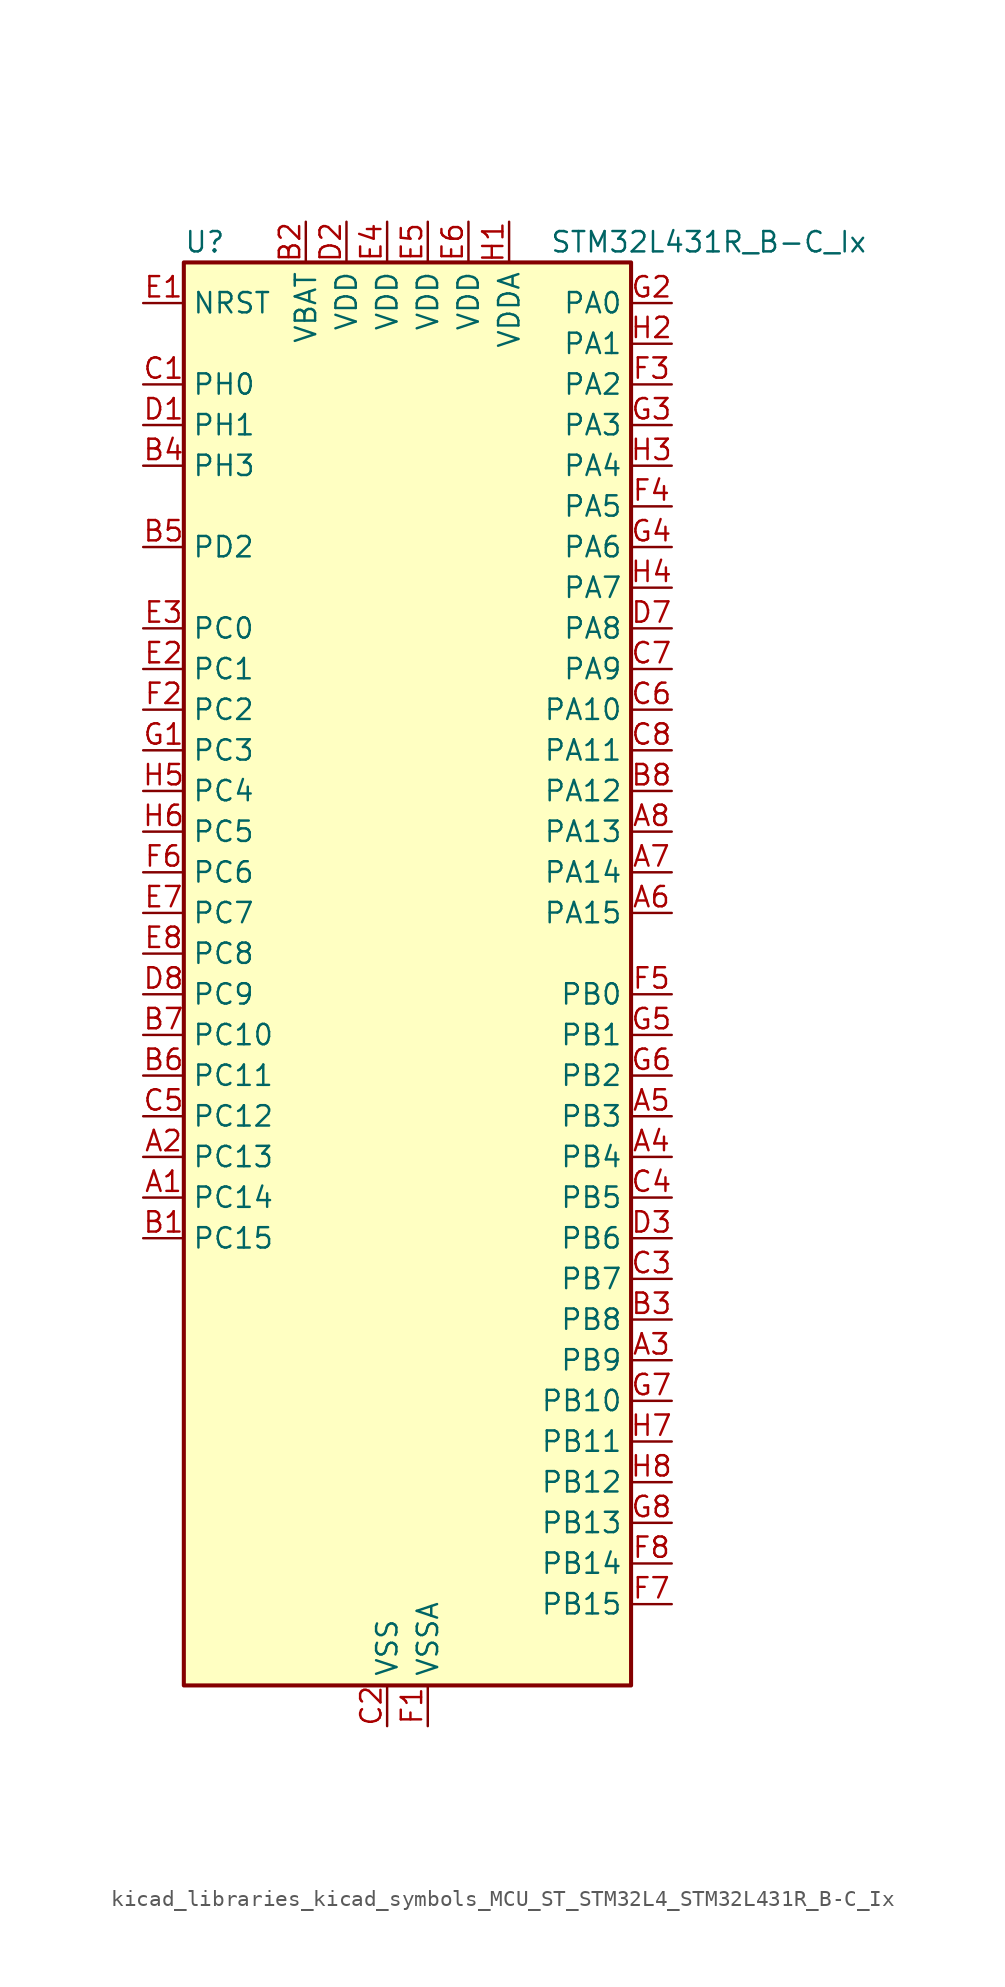
<source format=kicad_sym>
(kicad_symbol_lib
  (version 20220914)
  (generator kicad_symbol_editor)
  (symbol "kicad_libraries_kicad_symbols_MCU_ST_STM32L4_STM32L431R_B-C_Ix"
    (property "Reference" "U"
      (at -12.7 46.99 0)
      (effects (font (size 1.27 1.27)) (justify left)))
    (property "Value" "STM32L431R_B-C_Ix"
      (at 10.16 46.99 0)
      (effects (font (size 1.27 1.27)) (justify left)))
    (property "ki_locked" ""
      (at 0 0 0)
      (effects (font (size 1.27 1.27))))
    (symbol "kicad_libraries_kicad_symbols_MCU_ST_STM32L4_STM32L431R_B-C_Ix_0_1"
      (rectangle (start -12.7 -43.18) (end 15.24 45.72) (stroke (width 0.254) (type default)) (fill (type background))))
    (symbol "kicad_libraries_kicad_symbols_MCU_ST_STM32L4_STM32L431R_B-C_Ix_1_1"
      (pin bidirectional line (at -15.24 -12.7 0) (length 2.54) (name "PC14" (effects (font (size 1.27 1.27)))) (number "A1" (effects (font (size 1.27 1.27)))) (alternate "RCC_OSC32_IN" bidirectional line))
      (pin bidirectional line (at -15.24 -10.16 0) (length 2.54) (name "PC13" (effects (font (size 1.27 1.27)))) (number "A2" (effects (font (size 1.27 1.27)))) (alternate "RTC_OUT_ALARM" bidirectional line) (alternate "RTC_OUT_CALIB" bidirectional line) (alternate "RTC_TAMP1" bidirectional line) (alternate "RTC_TS" bidirectional line) (alternate "SYS_WKUP2" bidirectional line))
      (pin bidirectional line (at 17.78 -22.86 180) (length 2.54) (name "PB9" (effects (font (size 1.27 1.27)))) (number "A3" (effects (font (size 1.27 1.27)))) (alternate "CAN1_TX" bidirectional line) (alternate "DAC1_EXTI9" bidirectional line) (alternate "I2C1_SDA" bidirectional line) (alternate "IR_OUT" bidirectional line) (alternate "SAI1_FS_A" bidirectional line) (alternate "SDMMC1_D5" bidirectional line) (alternate "SPI2_NSS" bidirectional line))
      (pin bidirectional line (at 17.78 -10.16 180) (length 2.54) (name "PB4" (effects (font (size 1.27 1.27)))) (number "A4" (effects (font (size 1.27 1.27)))) (alternate "COMP2_INP" bidirectional line) (alternate "I2C3_SDA" bidirectional line) (alternate "SAI1_MCLK_B" bidirectional line) (alternate "SPI1_MISO" bidirectional line) (alternate "SPI3_MISO" bidirectional line) (alternate "SYS_JTRST" bidirectional line) (alternate "TSC_G2_IO1" bidirectional line) (alternate "USART1_CTS" bidirectional line))
      (pin bidirectional line (at 17.78 -7.62 180) (length 2.54) (name "PB3" (effects (font (size 1.27 1.27)))) (number "A5" (effects (font (size 1.27 1.27)))) (alternate "COMP2_INM" bidirectional line) (alternate "SAI1_SCK_B" bidirectional line) (alternate "SPI1_SCK" bidirectional line) (alternate "SPI3_SCK" bidirectional line) (alternate "SYS_JTDO-SWO" bidirectional line) (alternate "TIM2_CH2" bidirectional line) (alternate "USART1_DE" bidirectional line) (alternate "USART1_RTS" bidirectional line))
      (pin bidirectional line (at 17.78 5.08 180) (length 2.54) (name "PA15" (effects (font (size 1.27 1.27)))) (number "A6" (effects (font (size 1.27 1.27)))) (alternate "ADC1_EXTI15" bidirectional line) (alternate "SPI1_NSS" bidirectional line) (alternate "SPI3_NSS" bidirectional line) (alternate "SWPMI1_SUSPEND" bidirectional line) (alternate "SYS_JTDI" bidirectional line) (alternate "TIM2_CH1" bidirectional line) (alternate "TIM2_ETR" bidirectional line) (alternate "TSC_G3_IO1" bidirectional line) (alternate "USART2_RX" bidirectional line) (alternate "USART3_DE" bidirectional line) (alternate "USART3_RTS" bidirectional line))
      (pin bidirectional line (at 17.78 7.62 180) (length 2.54) (name "PA14" (effects (font (size 1.27 1.27)))) (number "A7" (effects (font (size 1.27 1.27)))) (alternate "I2C1_SMBA" bidirectional line) (alternate "LPTIM1_OUT" bidirectional line) (alternate "SAI1_FS_B" bidirectional line) (alternate "SWPMI1_RX" bidirectional line) (alternate "SYS_JTCK-SWCLK" bidirectional line))
      (pin bidirectional line (at 17.78 10.16 180) (length 2.54) (name "PA13" (effects (font (size 1.27 1.27)))) (number "A8" (effects (font (size 1.27 1.27)))) (alternate "IR_OUT" bidirectional line) (alternate "SAI1_SD_B" bidirectional line) (alternate "SWPMI1_TX" bidirectional line) (alternate "SYS_JTMS-SWDIO" bidirectional line))
      (pin bidirectional line (at -15.24 -15.24 0) (length 2.54) (name "PC15" (effects (font (size 1.27 1.27)))) (number "B1" (effects (font (size 1.27 1.27)))) (alternate "ADC1_EXTI15" bidirectional line) (alternate "RCC_OSC32_OUT" bidirectional line))
      (pin power_in line (at -5.08 48.26 270) (length 2.54) (name "VBAT" (effects (font (size 1.27 1.27)))) (number "B2" (effects (font (size 1.27 1.27)))))
      (pin bidirectional line (at 17.78 -20.32 180) (length 2.54) (name "PB8" (effects (font (size 1.27 1.27)))) (number "B3" (effects (font (size 1.27 1.27)))) (alternate "CAN1_RX" bidirectional line) (alternate "I2C1_SCL" bidirectional line) (alternate "SAI1_MCLK_A" bidirectional line) (alternate "SDMMC1_D4" bidirectional line) (alternate "TIM16_CH1" bidirectional line))
      (pin bidirectional line (at -15.24 33.02 0) (length 2.54) (name "PH3" (effects (font (size 1.27 1.27)))) (number "B4" (effects (font (size 1.27 1.27)))))
      (pin bidirectional line (at -15.24 27.94 0) (length 2.54) (name "PD2" (effects (font (size 1.27 1.27)))) (number "B5" (effects (font (size 1.27 1.27)))) (alternate "SDMMC1_CMD" bidirectional line) (alternate "TSC_SYNC" bidirectional line) (alternate "USART3_DE" bidirectional line) (alternate "USART3_RTS" bidirectional line))
      (pin bidirectional line (at -15.24 -5.08 0) (length 2.54) (name "PC11" (effects (font (size 1.27 1.27)))) (number "B6" (effects (font (size 1.27 1.27)))) (alternate "ADC1_EXTI11" bidirectional line) (alternate "SDMMC1_D3" bidirectional line) (alternate "SPI3_MISO" bidirectional line) (alternate "TSC_G3_IO3" bidirectional line) (alternate "USART3_RX" bidirectional line))
      (pin bidirectional line (at -15.24 -2.54 0) (length 2.54) (name "PC10" (effects (font (size 1.27 1.27)))) (number "B7" (effects (font (size 1.27 1.27)))) (alternate "SDMMC1_D2" bidirectional line) (alternate "SPI3_SCK" bidirectional line) (alternate "TSC_G3_IO2" bidirectional line) (alternate "USART3_TX" bidirectional line))
      (pin bidirectional line (at 17.78 12.7 180) (length 2.54) (name "PA12" (effects (font (size 1.27 1.27)))) (number "B8" (effects (font (size 1.27 1.27)))) (alternate "CAN1_TX" bidirectional line) (alternate "SPI1_MOSI" bidirectional line) (alternate "TIM1_ETR" bidirectional line) (alternate "USART1_DE" bidirectional line) (alternate "USART1_RTS" bidirectional line))
      (pin bidirectional line (at -15.24 38.1 0) (length 2.54) (name "PH0" (effects (font (size 1.27 1.27)))) (number "C1" (effects (font (size 1.27 1.27)))) (alternate "RCC_OSC_IN" bidirectional line))
      (pin power_in line (at 0 -45.72 90) (length 2.54) (name "VSS" (effects (font (size 1.27 1.27)))) (number "C2" (effects (font (size 1.27 1.27)))))
      (pin bidirectional line (at 17.78 -17.78 180) (length 2.54) (name "PB7" (effects (font (size 1.27 1.27)))) (number "C3" (effects (font (size 1.27 1.27)))) (alternate "COMP2_INM" bidirectional line) (alternate "I2C1_SDA" bidirectional line) (alternate "LPTIM1_IN2" bidirectional line) (alternate "SYS_PVD_IN" bidirectional line) (alternate "TSC_G2_IO4" bidirectional line) (alternate "USART1_RX" bidirectional line))
      (pin bidirectional line (at 17.78 -12.7 180) (length 2.54) (name "PB5" (effects (font (size 1.27 1.27)))) (number "C4" (effects (font (size 1.27 1.27)))) (alternate "COMP2_OUT" bidirectional line) (alternate "I2C1_SMBA" bidirectional line) (alternate "LPTIM1_IN1" bidirectional line) (alternate "SAI1_SD_B" bidirectional line) (alternate "SPI1_MOSI" bidirectional line) (alternate "SPI3_MOSI" bidirectional line) (alternate "TIM16_BKIN" bidirectional line) (alternate "TSC_G2_IO2" bidirectional line) (alternate "USART1_CK" bidirectional line))
      (pin bidirectional line (at -15.24 -7.62 0) (length 2.54) (name "PC12" (effects (font (size 1.27 1.27)))) (number "C5" (effects (font (size 1.27 1.27)))) (alternate "SDMMC1_CK" bidirectional line) (alternate "SPI3_MOSI" bidirectional line) (alternate "TSC_G3_IO4" bidirectional line) (alternate "USART3_CK" bidirectional line))
      (pin bidirectional line (at 17.78 17.78 180) (length 2.54) (name "PA10" (effects (font (size 1.27 1.27)))) (number "C6" (effects (font (size 1.27 1.27)))) (alternate "I2C1_SDA" bidirectional line) (alternate "SAI1_SD_A" bidirectional line) (alternate "TIM1_CH3" bidirectional line) (alternate "USART1_RX" bidirectional line))
      (pin bidirectional line (at 17.78 20.32 180) (length 2.54) (name "PA9" (effects (font (size 1.27 1.27)))) (number "C7" (effects (font (size 1.27 1.27)))) (alternate "DAC1_EXTI9" bidirectional line) (alternate "I2C1_SCL" bidirectional line) (alternate "SAI1_FS_A" bidirectional line) (alternate "TIM15_BKIN" bidirectional line) (alternate "TIM1_CH2" bidirectional line) (alternate "USART1_TX" bidirectional line))
      (pin bidirectional line (at 17.78 15.24 180) (length 2.54) (name "PA11" (effects (font (size 1.27 1.27)))) (number "C8" (effects (font (size 1.27 1.27)))) (alternate "ADC1_EXTI11" bidirectional line) (alternate "CAN1_RX" bidirectional line) (alternate "COMP1_OUT" bidirectional line) (alternate "SPI1_MISO" bidirectional line) (alternate "TIM1_BKIN2" bidirectional line) (alternate "TIM1_BKIN2_COMP1" bidirectional line) (alternate "TIM1_CH4" bidirectional line) (alternate "USART1_CTS" bidirectional line))
      (pin bidirectional line (at -15.24 35.56 0) (length 2.54) (name "PH1" (effects (font (size 1.27 1.27)))) (number "D1" (effects (font (size 1.27 1.27)))) (alternate "RCC_OSC_OUT" bidirectional line))
      (pin power_in line (at -2.54 48.26 270) (length 2.54) (name "VDD" (effects (font (size 1.27 1.27)))) (number "D2" (effects (font (size 1.27 1.27)))))
      (pin bidirectional line (at 17.78 -15.24 180) (length 2.54) (name "PB6" (effects (font (size 1.27 1.27)))) (number "D3" (effects (font (size 1.27 1.27)))) (alternate "COMP2_INP" bidirectional line) (alternate "I2C1_SCL" bidirectional line) (alternate "LPTIM1_ETR" bidirectional line) (alternate "SAI1_FS_B" bidirectional line) (alternate "TIM16_CH1N" bidirectional line) (alternate "TSC_G2_IO3" bidirectional line) (alternate "USART1_TX" bidirectional line))
      (pin passive line (at 0 -45.72 90) (length 2.54) hide (name "VSS" (effects (font (size 1.27 1.27)))) (number "D4" (effects (font (size 1.27 1.27)))))
      (pin passive line (at 0 -45.72 90) (length 2.54) hide (name "VSS" (effects (font (size 1.27 1.27)))) (number "D5" (effects (font (size 1.27 1.27)))))
      (pin passive line (at 0 -45.72 90) (length 2.54) hide (name "VSS" (effects (font (size 1.27 1.27)))) (number "D6" (effects (font (size 1.27 1.27)))))
      (pin bidirectional line (at 17.78 22.86 180) (length 2.54) (name "PA8" (effects (font (size 1.27 1.27)))) (number "D7" (effects (font (size 1.27 1.27)))) (alternate "LPTIM2_OUT" bidirectional line) (alternate "RCC_MCO" bidirectional line) (alternate "SAI1_SCK_A" bidirectional line) (alternate "SWPMI1_IO" bidirectional line) (alternate "TIM1_CH1" bidirectional line) (alternate "USART1_CK" bidirectional line))
      (pin bidirectional line (at -15.24 0 0) (length 2.54) (name "PC9" (effects (font (size 1.27 1.27)))) (number "D8" (effects (font (size 1.27 1.27)))) (alternate "DAC1_EXTI9" bidirectional line) (alternate "SDMMC1_D1" bidirectional line) (alternate "TSC_G4_IO4" bidirectional line))
      (pin input line (at -15.24 43.18 0) (length 2.54) (name "NRST" (effects (font (size 1.27 1.27)))) (number "E1" (effects (font (size 1.27 1.27)))))
      (pin bidirectional line (at -15.24 20.32 0) (length 2.54) (name "PC1" (effects (font (size 1.27 1.27)))) (number "E2" (effects (font (size 1.27 1.27)))) (alternate "ADC1_IN2" bidirectional line) (alternate "I2C3_SDA" bidirectional line) (alternate "LPTIM1_OUT" bidirectional line) (alternate "LPUART1_TX" bidirectional line))
      (pin bidirectional line (at -15.24 22.86 0) (length 2.54) (name "PC0" (effects (font (size 1.27 1.27)))) (number "E3" (effects (font (size 1.27 1.27)))) (alternate "ADC1_IN1" bidirectional line) (alternate "I2C3_SCL" bidirectional line) (alternate "LPTIM1_IN1" bidirectional line) (alternate "LPTIM2_IN1" bidirectional line) (alternate "LPUART1_RX" bidirectional line))
      (pin power_in line (at 0 48.26 270) (length 2.54) (name "VDD" (effects (font (size 1.27 1.27)))) (number "E4" (effects (font (size 1.27 1.27)))))
      (pin power_in line (at 2.54 48.26 270) (length 2.54) (name "VDD" (effects (font (size 1.27 1.27)))) (number "E5" (effects (font (size 1.27 1.27)))))
      (pin power_in line (at 5.08 48.26 270) (length 2.54) (name "VDD" (effects (font (size 1.27 1.27)))) (number "E6" (effects (font (size 1.27 1.27)))))
      (pin bidirectional line (at -15.24 5.08 0) (length 2.54) (name "PC7" (effects (font (size 1.27 1.27)))) (number "E7" (effects (font (size 1.27 1.27)))) (alternate "SDMMC1_D7" bidirectional line) (alternate "TSC_G4_IO2" bidirectional line))
      (pin bidirectional line (at -15.24 2.54 0) (length 2.54) (name "PC8" (effects (font (size 1.27 1.27)))) (number "E8" (effects (font (size 1.27 1.27)))) (alternate "SDMMC1_D0" bidirectional line) (alternate "TSC_G4_IO3" bidirectional line))
      (pin power_in line (at 2.54 -45.72 90) (length 2.54) (name "VSSA" (effects (font (size 1.27 1.27)))) (number "F1" (effects (font (size 1.27 1.27)))))
      (pin bidirectional line (at -15.24 17.78 0) (length 2.54) (name "PC2" (effects (font (size 1.27 1.27)))) (number "F2" (effects (font (size 1.27 1.27)))) (alternate "ADC1_IN3" bidirectional line) (alternate "LPTIM1_IN2" bidirectional line) (alternate "SPI2_MISO" bidirectional line))
      (pin bidirectional line (at 17.78 38.1 180) (length 2.54) (name "PA2" (effects (font (size 1.27 1.27)))) (number "F3" (effects (font (size 1.27 1.27)))) (alternate "ADC1_IN7" bidirectional line) (alternate "COMP2_INM" bidirectional line) (alternate "COMP2_OUT" bidirectional line) (alternate "LPUART1_TX" bidirectional line) (alternate "QUADSPI_BK1_NCS" bidirectional line) (alternate "RCC_LSCO" bidirectional line) (alternate "SYS_WKUP4" bidirectional line) (alternate "TIM15_CH1" bidirectional line) (alternate "TIM2_CH3" bidirectional line) (alternate "USART2_TX" bidirectional line))
      (pin bidirectional line (at 17.78 30.48 180) (length 2.54) (name "PA5" (effects (font (size 1.27 1.27)))) (number "F4" (effects (font (size 1.27 1.27)))) (alternate "ADC1_IN10" bidirectional line) (alternate "COMP1_INM" bidirectional line) (alternate "COMP2_INM" bidirectional line) (alternate "DAC1_OUT2" bidirectional line) (alternate "LPTIM2_ETR" bidirectional line) (alternate "SPI1_SCK" bidirectional line) (alternate "TIM2_CH1" bidirectional line) (alternate "TIM2_ETR" bidirectional line))
      (pin bidirectional line (at 17.78 0 180) (length 2.54) (name "PB0" (effects (font (size 1.27 1.27)))) (number "F5" (effects (font (size 1.27 1.27)))) (alternate "ADC1_IN15" bidirectional line) (alternate "COMP1_OUT" bidirectional line) (alternate "QUADSPI_BK1_IO1" bidirectional line) (alternate "SAI1_EXTCLK" bidirectional line) (alternate "SPI1_NSS" bidirectional line) (alternate "TIM1_CH2N" bidirectional line) (alternate "USART3_CK" bidirectional line))
      (pin bidirectional line (at -15.24 7.62 0) (length 2.54) (name "PC6" (effects (font (size 1.27 1.27)))) (number "F6" (effects (font (size 1.27 1.27)))) (alternate "SDMMC1_D6" bidirectional line) (alternate "TSC_G4_IO1" bidirectional line))
      (pin bidirectional line (at 17.78 -38.1 180) (length 2.54) (name "PB15" (effects (font (size 1.27 1.27)))) (number "F7" (effects (font (size 1.27 1.27)))) (alternate "ADC1_EXTI15" bidirectional line) (alternate "RTC_REFIN" bidirectional line) (alternate "SAI1_SD_A" bidirectional line) (alternate "SPI2_MOSI" bidirectional line) (alternate "SWPMI1_SUSPEND" bidirectional line) (alternate "TIM15_CH2" bidirectional line) (alternate "TIM1_CH3N" bidirectional line) (alternate "TSC_G1_IO4" bidirectional line))
      (pin bidirectional line (at 17.78 -35.56 180) (length 2.54) (name "PB14" (effects (font (size 1.27 1.27)))) (number "F8" (effects (font (size 1.27 1.27)))) (alternate "I2C2_SDA" bidirectional line) (alternate "SAI1_MCLK_A" bidirectional line) (alternate "SPI2_MISO" bidirectional line) (alternate "SWPMI1_RX" bidirectional line) (alternate "TIM15_CH1" bidirectional line) (alternate "TIM1_CH2N" bidirectional line) (alternate "TSC_G1_IO3" bidirectional line) (alternate "USART3_DE" bidirectional line) (alternate "USART3_RTS" bidirectional line))
      (pin bidirectional line (at -15.24 15.24 0) (length 2.54) (name "PC3" (effects (font (size 1.27 1.27)))) (number "G1" (effects (font (size 1.27 1.27)))) (alternate "ADC1_IN4" bidirectional line) (alternate "LPTIM1_ETR" bidirectional line) (alternate "LPTIM2_ETR" bidirectional line) (alternate "SAI1_SD_A" bidirectional line) (alternate "SPI2_MOSI" bidirectional line))
      (pin bidirectional line (at 17.78 43.18 180) (length 2.54) (name "PA0" (effects (font (size 1.27 1.27)))) (number "G2" (effects (font (size 1.27 1.27)))) (alternate "ADC1_IN5" bidirectional line) (alternate "COMP1_INM" bidirectional line) (alternate "COMP1_OUT" bidirectional line) (alternate "OPAMP1_VINP" bidirectional line) (alternate "RTC_TAMP2" bidirectional line) (alternate "SAI1_EXTCLK" bidirectional line) (alternate "SYS_WKUP1" bidirectional line) (alternate "TIM2_CH1" bidirectional line) (alternate "TIM2_ETR" bidirectional line) (alternate "USART2_CTS" bidirectional line))
      (pin bidirectional line (at 17.78 35.56 180) (length 2.54) (name "PA3" (effects (font (size 1.27 1.27)))) (number "G3" (effects (font (size 1.27 1.27)))) (alternate "ADC1_IN8" bidirectional line) (alternate "COMP2_INP" bidirectional line) (alternate "LPUART1_RX" bidirectional line) (alternate "OPAMP1_VOUT" bidirectional line) (alternate "QUADSPI_CLK" bidirectional line) (alternate "SAI1_MCLK_A" bidirectional line) (alternate "TIM15_CH2" bidirectional line) (alternate "TIM2_CH4" bidirectional line) (alternate "USART2_RX" bidirectional line))
      (pin bidirectional line (at 17.78 27.94 180) (length 2.54) (name "PA6" (effects (font (size 1.27 1.27)))) (number "G4" (effects (font (size 1.27 1.27)))) (alternate "ADC1_IN11" bidirectional line) (alternate "COMP1_OUT" bidirectional line) (alternate "LPUART1_CTS" bidirectional line) (alternate "QUADSPI_BK1_IO3" bidirectional line) (alternate "SPI1_MISO" bidirectional line) (alternate "TIM16_CH1" bidirectional line) (alternate "TIM1_BKIN" bidirectional line) (alternate "TIM1_BKIN_COMP2" bidirectional line) (alternate "USART3_CTS" bidirectional line))
      (pin bidirectional line (at 17.78 -2.54 180) (length 2.54) (name "PB1" (effects (font (size 1.27 1.27)))) (number "G5" (effects (font (size 1.27 1.27)))) (alternate "ADC1_IN16" bidirectional line) (alternate "COMP1_INM" bidirectional line) (alternate "LPTIM2_IN1" bidirectional line) (alternate "LPUART1_DE" bidirectional line) (alternate "LPUART1_RTS" bidirectional line) (alternate "QUADSPI_BK1_IO0" bidirectional line) (alternate "TIM1_CH3N" bidirectional line) (alternate "USART3_DE" bidirectional line) (alternate "USART3_RTS" bidirectional line))
      (pin bidirectional line (at 17.78 -5.08 180) (length 2.54) (name "PB2" (effects (font (size 1.27 1.27)))) (number "G6" (effects (font (size 1.27 1.27)))) (alternate "COMP1_INP" bidirectional line) (alternate "I2C3_SMBA" bidirectional line) (alternate "LPTIM1_OUT" bidirectional line) (alternate "RTC_OUT_ALARM" bidirectional line) (alternate "RTC_OUT_CALIB" bidirectional line))
      (pin bidirectional line (at 17.78 -25.4 180) (length 2.54) (name "PB10" (effects (font (size 1.27 1.27)))) (number "G7" (effects (font (size 1.27 1.27)))) (alternate "COMP1_OUT" bidirectional line) (alternate "I2C2_SCL" bidirectional line) (alternate "LPUART1_RX" bidirectional line) (alternate "QUADSPI_CLK" bidirectional line) (alternate "SAI1_SCK_A" bidirectional line) (alternate "SPI2_SCK" bidirectional line) (alternate "TIM2_CH3" bidirectional line) (alternate "TSC_SYNC" bidirectional line) (alternate "USART3_TX" bidirectional line))
      (pin bidirectional line (at 17.78 -33.02 180) (length 2.54) (name "PB13" (effects (font (size 1.27 1.27)))) (number "G8" (effects (font (size 1.27 1.27)))) (alternate "I2C2_SCL" bidirectional line) (alternate "LPUART1_CTS" bidirectional line) (alternate "SAI1_SCK_A" bidirectional line) (alternate "SPI2_SCK" bidirectional line) (alternate "SWPMI1_TX" bidirectional line) (alternate "TIM15_CH1N" bidirectional line) (alternate "TIM1_CH1N" bidirectional line) (alternate "TSC_G1_IO2" bidirectional line) (alternate "USART3_CTS" bidirectional line))
      (pin power_in line (at 7.62 48.26 270) (length 2.54) (name "VDDA" (effects (font (size 1.27 1.27)))) (number "H1" (effects (font (size 1.27 1.27)))))
      (pin bidirectional line (at 17.78 40.64 180) (length 2.54) (name "PA1" (effects (font (size 1.27 1.27)))) (number "H2" (effects (font (size 1.27 1.27)))) (alternate "ADC1_IN6" bidirectional line) (alternate "COMP1_INP" bidirectional line) (alternate "I2C1_SMBA" bidirectional line) (alternate "OPAMP1_VINM" bidirectional line) (alternate "SPI1_SCK" bidirectional line) (alternate "TIM15_CH1N" bidirectional line) (alternate "TIM2_CH2" bidirectional line) (alternate "USART2_DE" bidirectional line) (alternate "USART2_RTS" bidirectional line))
      (pin bidirectional line (at 17.78 33.02 180) (length 2.54) (name "PA4" (effects (font (size 1.27 1.27)))) (number "H3" (effects (font (size 1.27 1.27)))) (alternate "ADC1_IN9" bidirectional line) (alternate "COMP1_INM" bidirectional line) (alternate "COMP2_INM" bidirectional line) (alternate "DAC1_OUT1" bidirectional line) (alternate "LPTIM2_OUT" bidirectional line) (alternate "SAI1_FS_B" bidirectional line) (alternate "SPI1_NSS" bidirectional line) (alternate "SPI3_NSS" bidirectional line) (alternate "USART2_CK" bidirectional line))
      (pin bidirectional line (at 17.78 25.4 180) (length 2.54) (name "PA7" (effects (font (size 1.27 1.27)))) (number "H4" (effects (font (size 1.27 1.27)))) (alternate "ADC1_IN12" bidirectional line) (alternate "COMP2_OUT" bidirectional line) (alternate "I2C3_SCL" bidirectional line) (alternate "QUADSPI_BK1_IO2" bidirectional line) (alternate "SPI1_MOSI" bidirectional line) (alternate "TIM1_CH1N" bidirectional line))
      (pin bidirectional line (at -15.24 12.7 0) (length 2.54) (name "PC4" (effects (font (size 1.27 1.27)))) (number "H5" (effects (font (size 1.27 1.27)))) (alternate "ADC1_IN13" bidirectional line) (alternate "COMP1_INM" bidirectional line) (alternate "USART3_TX" bidirectional line))
      (pin bidirectional line (at -15.24 10.16 0) (length 2.54) (name "PC5" (effects (font (size 1.27 1.27)))) (number "H6" (effects (font (size 1.27 1.27)))) (alternate "ADC1_IN14" bidirectional line) (alternate "COMP1_INP" bidirectional line) (alternate "SYS_WKUP5" bidirectional line) (alternate "USART3_RX" bidirectional line))
      (pin bidirectional line (at 17.78 -27.94 180) (length 2.54) (name "PB11" (effects (font (size 1.27 1.27)))) (number "H7" (effects (font (size 1.27 1.27)))) (alternate "ADC1_EXTI11" bidirectional line) (alternate "COMP2_OUT" bidirectional line) (alternate "I2C2_SDA" bidirectional line) (alternate "LPUART1_TX" bidirectional line) (alternate "QUADSPI_BK1_NCS" bidirectional line) (alternate "TIM2_CH4" bidirectional line) (alternate "USART3_RX" bidirectional line))
      (pin bidirectional line (at 17.78 -30.48 180) (length 2.54) (name "PB12" (effects (font (size 1.27 1.27)))) (number "H8" (effects (font (size 1.27 1.27)))) (alternate "I2C2_SMBA" bidirectional line) (alternate "LPUART1_DE" bidirectional line) (alternate "LPUART1_RTS" bidirectional line) (alternate "SAI1_FS_A" bidirectional line) (alternate "SPI2_NSS" bidirectional line) (alternate "SWPMI1_IO" bidirectional line) (alternate "TIM15_BKIN" bidirectional line) (alternate "TIM1_BKIN" bidirectional line) (alternate "TIM1_BKIN_COMP2" bidirectional line) (alternate "TSC_G1_IO1" bidirectional line) (alternate "USART3_CK" bidirectional line)))))
</source>
